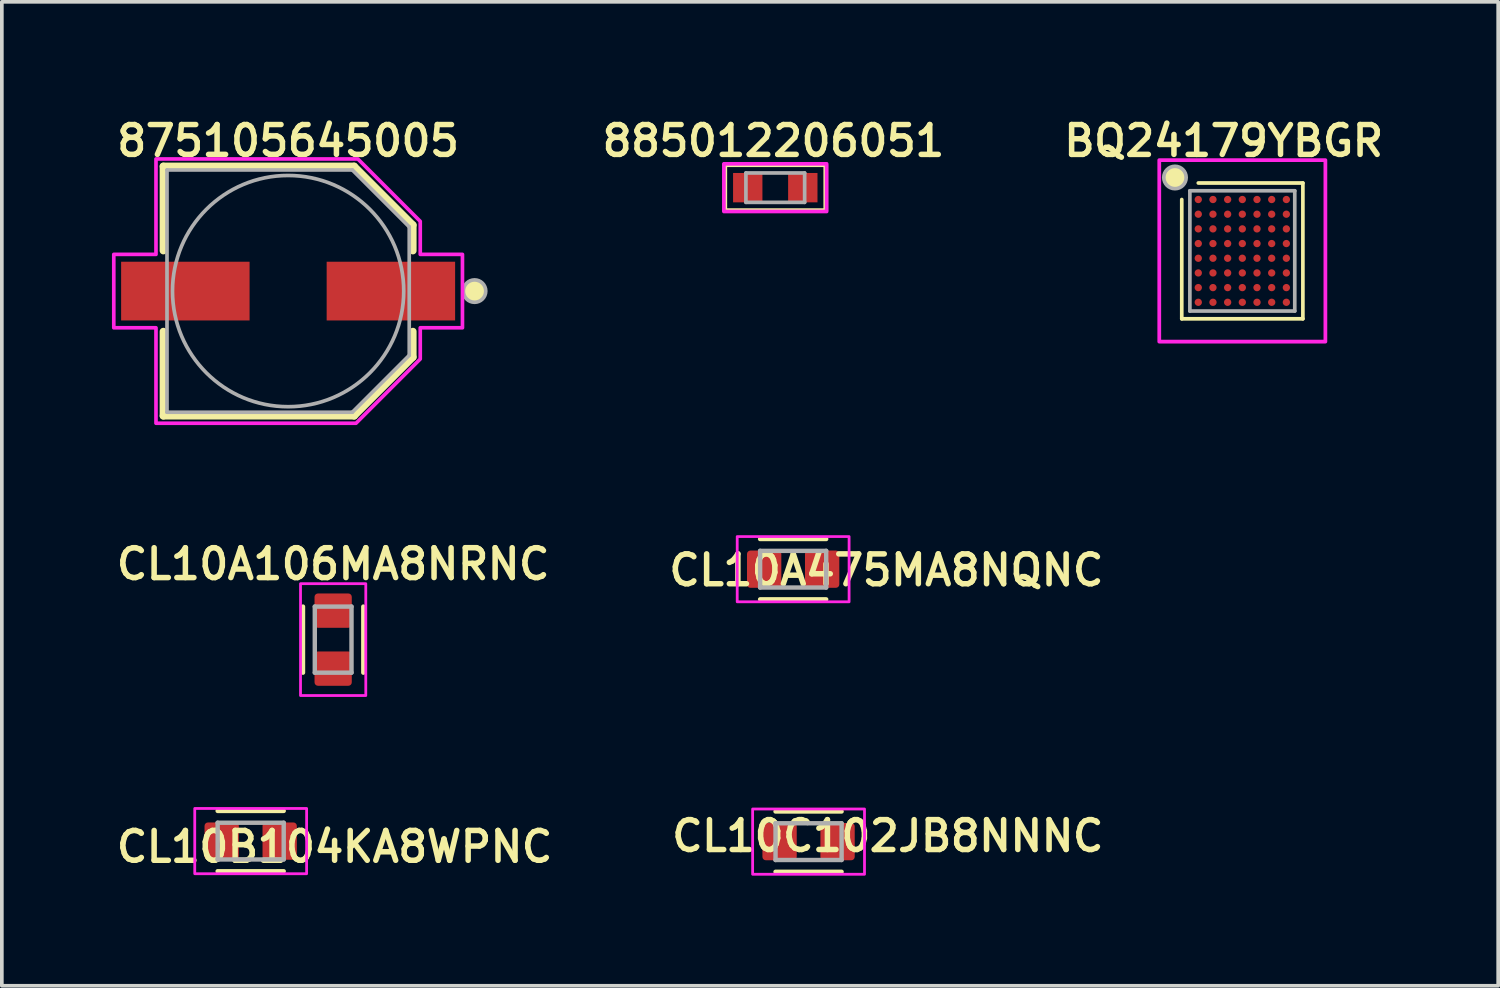
<source format=kicad_pcb>
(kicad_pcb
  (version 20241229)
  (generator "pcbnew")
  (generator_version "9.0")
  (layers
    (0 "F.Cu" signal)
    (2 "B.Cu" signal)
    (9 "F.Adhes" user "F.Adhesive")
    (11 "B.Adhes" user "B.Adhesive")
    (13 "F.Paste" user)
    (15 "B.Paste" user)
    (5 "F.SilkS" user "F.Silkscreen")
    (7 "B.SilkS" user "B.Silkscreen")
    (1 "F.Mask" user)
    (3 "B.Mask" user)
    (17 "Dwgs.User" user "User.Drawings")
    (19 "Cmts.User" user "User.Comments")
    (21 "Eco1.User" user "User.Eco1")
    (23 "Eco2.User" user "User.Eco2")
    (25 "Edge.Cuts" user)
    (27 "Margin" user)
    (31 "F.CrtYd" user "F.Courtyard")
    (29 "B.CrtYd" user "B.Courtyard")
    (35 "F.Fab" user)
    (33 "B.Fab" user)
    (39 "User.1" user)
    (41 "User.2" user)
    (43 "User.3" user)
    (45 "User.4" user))
  (footprint "CL10B104KA8WPNC"
    (layer "F.Cu")
    (at 3.78 19.866 180)
    (property "Reference" "CL10B104KA8WPNC" (at -2.286 0.321 180) (layer "F.SilkS") (effects (font (size 0.813 0.813) (thickness 0.15)) (justify top)))
    (fp_line (start 0.9 0.822) (end -0.9 0.822) (stroke (width 0.12) (type solid)) (layer "F.SilkS"))
    (fp_line (start 0.9 -0.822) (end -0.9 -0.822) (stroke (width 0.12) (type solid)) (layer "F.SilkS"))
    (fp_poly (pts (xy 1.524 0.889) (xy -1.524 0.889) (xy -1.524 -0.889) (xy 1.524 -0.889) (xy 1.524 0.889)) (stroke (width 0.076) (type solid)) (fill no) (layer "F.CrtYd"))
    (fp_line (start 0.9 0.5) (end -0.9 0.5) (stroke (width 0.12) (type solid)) (layer "F.Fab"))
    (fp_line (start 0.9 -0.5) (end 0.9 0.5) (stroke (width 0.12) (type solid)) (layer "F.Fab"))
    (fp_line (start -0.9 0.5) (end -0.9 -0.5) (stroke (width 0.12) (type solid)) (layer "F.Fab"))
    (fp_line (start -0.9 -0.5) (end 0.9 -0.5) (stroke (width 0.12) (type solid)) (layer "F.Fab"))
    (pad "1" smd roundrect (at -0.79 0 180) (size 0.935 1.015) (layers "F.Cu" "F.Mask" "F.Paste") (roundrect_rratio 0.1))
    (pad "2" smd roundrect (at 0.79 0 180) (size 0.935 1.015) (layers "F.Cu" "F.Mask" "F.Paste") (roundrect_rratio 0.1)))
  (footprint "875105645005"
    (layer "F.Cu")
    (at 4.8 4.881)
    (property "Reference" "875105645005" (at 0 -3.618 0) (layer "F.SilkS") (effects (font (size 0.813 0.813) (thickness 0.15)) (justify bottom)))
    (fp_line (start -3.4 -3.4) (end -3.4 -1.1) (stroke (width 0.2) (type solid)) (layer "F.SilkS"))
    (fp_line (start -3.4 -3.4) (end 1.8 -3.4) (stroke (width 0.2) (type solid)) (layer "F.SilkS"))
    (fp_line (start -3.4 3.4) (end -3.4 1.1) (stroke (width 0.2) (type solid)) (layer "F.SilkS"))
    (fp_line (start -3.4 3.4) (end 1.8 3.4) (stroke (width 0.2) (type solid)) (layer "F.SilkS"))
    (fp_line (start 1.8 -3.4) (end 3.4 -1.8) (stroke (width 0.2) (type solid)) (layer "F.SilkS"))
    (fp_line (start 1.8 3.4) (end 3.4 1.8) (stroke (width 0.2) (type solid)) (layer "F.SilkS"))
    (fp_line (start 3.4 -1.8) (end 3.4 -1.1) (stroke (width 0.2) (type solid)) (layer "F.SilkS"))
    (fp_line (start 3.4 1.8) (end 3.4 1.1) (stroke (width 0.2) (type solid)) (layer "F.SilkS"))
    (fp_circle (center 5.08 0) (end 5.385 0) (stroke (width 0) (type solid)) (fill yes) (layer "F.SilkS"))
    (fp_poly (pts (xy 1.9 -3.6) (xy -3.6 -3.6) (xy -3.6 -1) (xy -4.75 -1) (xy -4.75 1) (xy -3.6 1) (xy -3.6 3.6) (xy 1.85 3.6) (xy 3.6 1.85) (xy 3.6 1) (xy 4.75 1) (xy 4.75 -1) (xy 3.6 -1) (xy 3.6 -1.9) (xy 1.9 -3.6)) (stroke (width 0.1) (type solid)) (fill no) (layer "F.CrtYd"))
    (fp_line (start -3.3 -3.3) (end -3.3 3.3) (stroke (width 0.1) (type solid)) (layer "F.Fab"))
    (fp_line (start -3.3 3.3) (end 1.75 3.3) (stroke (width 0.1) (type solid)) (layer "F.Fab"))
    (fp_line (start 1.75 -3.3) (end -3.3 -3.3) (stroke (width 0.1) (type solid)) (layer "F.Fab"))
    (fp_line (start 1.75 3.3) (end 3.3 1.75) (stroke (width 0.1) (type solid)) (layer "F.Fab"))
    (fp_line (start 3.3 -1.75) (end 1.75 -3.3) (stroke (width 0.1) (type solid)) (layer "F.Fab"))
    (fp_line (start 3.3 1.75) (end 3.3 -1.75) (stroke (width 0.1) (type solid)) (layer "F.Fab"))
    (fp_circle (center 0 0) (end 3.15 0) (stroke (width 0.1) (type solid)) (fill no) (layer "F.Fab"))
    (fp_circle (center 5.08 0) (end 5.385 0) (stroke (width 0.1) (type solid)) (fill no) (layer "F.Fab"))
    (pad "1" smd rect (at 2.8 0) (size 3.5 1.6) (layers "F.Cu" "F.Mask" "F.Paste"))
    (pad "2" smd rect (at -2.8 0) (size 3.5 1.6) (layers "F.Cu" "F.Mask" "F.Paste")))
  (footprint "885012206051"
    (layer "F.Cu")
    (at 18.073 2.063)
    (property "Reference" "885012206051" (at -0.05 -0.8 0) (layer "F.SilkS") (effects (font (size 0.813 0.813) (thickness 0.15)) (justify bottom)))
    (fp_line (start -1.375 -0.625) (end 1.375 -0.625) (stroke (width 0.127) (type solid)) (layer "F.SilkS"))
    (fp_line (start -1.375 0.625) (end -1.375 -0.625) (stroke (width 0.127) (type solid)) (layer "F.SilkS"))
    (fp_line (start 1.375 -0.625) (end 1.375 0.625) (stroke (width 0.127) (type solid)) (layer "F.SilkS"))
    (fp_line (start 1.375 0.625) (end -1.375 0.625) (stroke (width 0.127) (type solid)) (layer "F.SilkS"))
    (fp_poly (pts (xy -1.4 -0.65) (xy 1.4 -0.65) (xy 1.4 0.65) (xy -1.4 0.65) (xy -1.4 -0.65)) (stroke (width 0.1) (type solid)) (fill no) (layer "F.CrtYd"))
    (fp_line (start -0.8 -0.4) (end -0.8 0.4) (stroke (width 0.1) (type solid)) (layer "F.Fab"))
    (fp_line (start -0.8 -0.4) (end 0.8 -0.4) (stroke (width 0.1) (type solid)) (layer "F.Fab"))
    (fp_line (start -0.8 0.4) (end 0.8 0.4) (stroke (width 0.1) (type solid)) (layer "F.Fab"))
    (fp_line (start 0.8 0.4) (end 0.8 -0.4) (stroke (width 0.1) (type solid)) (layer "F.Fab"))
    (pad "1" smd rect (at -0.75 0) (size 0.8 0.8) (layers "F.Cu" "F.Mask" "F.Paste"))
    (pad "2" smd rect (at 0.75 0) (size 0.8 0.8) (layers "F.Cu" "F.Mask" "F.Paste")))
  (footprint "CL10A475MA8NQNC"
    (layer "F.Cu")
    (at 18.56 12.458 180)
    (property "Reference" "CL10A475MA8NQNC" (at -2.54 0.448 180) (layer "F.SilkS") (effects (font (size 0.813 0.813) (thickness 0.15)) (justify top)))
    (fp_line (start 0.9 0.822) (end -0.9 0.822) (stroke (width 0.12) (type solid)) (layer "F.SilkS"))
    (fp_line (start 0.9 -0.822) (end -0.9 -0.822) (stroke (width 0.12) (type solid)) (layer "F.SilkS"))
    (fp_poly (pts (xy 1.524 0.889) (xy -1.524 0.889) (xy -1.524 -0.889) (xy 1.524 -0.889) (xy 1.524 0.889)) (stroke (width 0.076) (type solid)) (fill no) (layer "F.CrtYd"))
    (fp_line (start 0.9 0.5) (end -0.9 0.5) (stroke (width 0.12) (type solid)) (layer "F.Fab"))
    (fp_line (start 0.9 -0.5) (end 0.9 0.5) (stroke (width 0.12) (type solid)) (layer "F.Fab"))
    (fp_line (start -0.9 0.5) (end -0.9 -0.5) (stroke (width 0.12) (type solid)) (layer "F.Fab"))
    (fp_line (start -0.9 -0.5) (end 0.9 -0.5) (stroke (width 0.12) (type solid)) (layer "F.Fab"))
    (pad "1" smd roundrect (at -0.79 0 180) (size 0.935 1.015) (layers "F.Cu" "F.Mask" "F.Paste") (roundrect_rratio 0.1))
    (pad "2" smd roundrect (at 0.79 0 180) (size 0.935 1.015) (layers "F.Cu" "F.Mask" "F.Paste") (roundrect_rratio 0.1)))
  (footprint "CL10C102JB8NNNC"
    (layer "F.Cu")
    (at 18.98 19.881)
    (property "Reference" "CL10C102JB8NNNC" (at 2.159 0.321 0) (layer "F.SilkS") (effects (font (size 0.813 0.813) (thickness 0.15)) (justify bottom)))
    (fp_line (start 0.9 -0.822) (end -0.9 -0.822) (stroke (width 0.12) (type solid)) (layer "F.SilkS"))
    (fp_line (start 0.9 0.822) (end -0.9 0.822) (stroke (width 0.12) (type solid)) (layer "F.SilkS"))
    (fp_poly (pts (xy 1.524 0.889) (xy -1.524 0.889) (xy -1.524 -0.889) (xy 1.524 -0.889) (xy 1.524 0.889)) (stroke (width 0.076) (type solid)) (fill no) (layer "F.CrtYd"))
    (fp_line (start -0.9 -0.5) (end 0.9 -0.5) (stroke (width 0.12) (type solid)) (layer "F.Fab"))
    (fp_line (start -0.9 0.5) (end -0.9 -0.5) (stroke (width 0.12) (type solid)) (layer "F.Fab"))
    (fp_line (start 0.9 -0.5) (end 0.9 0.5) (stroke (width 0.12) (type solid)) (layer "F.Fab"))
    (fp_line (start 0.9 0.5) (end -0.9 0.5) (stroke (width 0.12) (type solid)) (layer "F.Fab"))
    (pad "1" smd roundrect (at -0.79 0) (size 0.935 1.015) (layers "F.Cu" "F.Mask" "F.Paste") (roundrect_rratio 0.1))
    (pad "2" smd roundrect (at 0.79 0) (size 0.935 1.015) (layers "F.Cu" "F.Mask" "F.Paste") (roundrect_rratio 0.1)))
  (footprint "CL10A106MA8NRNC"
    (layer "F.Cu")
    (at 6.027 14.377 90)
    (property "Reference" "CL10A106MA8NRNC" (at 1.584 0 0) (layer "F.SilkS") (effects (font (size 0.813 0.813) (thickness 0.15)) (justify bottom)))
    (fp_line (start 0.9 -0.822) (end -0.9 -0.822) (stroke (width 0.12) (type solid)) (layer "F.SilkS"))
    (fp_line (start 0.9 0.822) (end -0.9 0.822) (stroke (width 0.12) (type solid)) (layer "F.SilkS"))
    (fp_poly (pts (xy 1.524 0.889) (xy -1.524 0.889) (xy -1.524 -0.889) (xy 1.524 -0.889) (xy 1.524 0.889)) (stroke (width 0.076) (type solid)) (fill no) (layer "F.CrtYd"))
    (fp_line (start 0.9 -0.5) (end 0.9 0.5) (stroke (width 0.12) (type solid)) (layer "F.Fab"))
    (fp_line (start -0.9 -0.5) (end 0.9 -0.5) (stroke (width 0.12) (type solid)) (layer "F.Fab"))
    (fp_line (start 0.9 0.5) (end -0.9 0.5) (stroke (width 0.12) (type solid)) (layer "F.Fab"))
    (fp_line (start -0.9 0.5) (end -0.9 -0.5) (stroke (width 0.12) (type solid)) (layer "F.Fab"))
    (pad "1" smd roundrect (at -0.79 0 90) (size 0.935 1.015) (layers "F.Cu" "F.Mask" "F.Paste") (roundrect_rratio 0.1))
    (pad "2" smd roundrect (at 0.79 0 90) (size 0.935 1.015) (layers "F.Cu" "F.Mask" "F.Paste") (roundrect_rratio 0.1)))
  (footprint "BQ24179YBGR"
    (layer "F.Cu")
    (at 30.798 3.786)
    (property "Reference" "BQ24179YBGR" (at -0.508 -2.523 0) (layer "F.SilkS") (effects (font (size 0.813 0.813) (thickness 0.15)) (justify bottom)))
    (fp_line (start -1.65 1.85) (end -1.65 -1.4) (stroke (width 0.1) (type solid)) (layer "F.SilkS"))
    (fp_line (start -1.2 -1.85) (end 1.65 -1.85) (stroke (width 0.1) (type solid)) (layer "F.SilkS"))
    (fp_line (start 1.65 -1.85) (end 1.65 1.85) (stroke (width 0.1) (type solid)) (layer "F.SilkS"))
    (fp_line (start 1.65 1.85) (end -1.65 1.85) (stroke (width 0.1) (type solid)) (layer "F.SilkS"))
    (fp_circle (center -1.835 -2) (end -1.53 -2) (stroke (width 0) (type solid)) (fill yes) (layer "F.SilkS"))
    (fp_poly (pts (xy -2.263 2.472) (xy 2.263 2.472) (xy 2.263 -2.473) (xy -2.263 -2.473) (xy -2.263 2.472)) (stroke (width 0.102) (type solid)) (fill no) (layer "F.CrtYd"))
    (fp_line (start -1.429 -1.638) (end 1.429 -1.638) (stroke (width 0.1) (type solid)) (layer "F.Fab"))
    (fp_line (start -1.429 1.639) (end -1.429 -1.638) (stroke (width 0.1) (type solid)) (layer "F.Fab"))
    (fp_line (start 1.429 -1.638) (end 1.429 1.639) (stroke (width 0.1) (type solid)) (layer "F.Fab"))
    (fp_line (start 1.429 1.639) (end -1.429 1.639) (stroke (width 0.1) (type solid)) (layer "F.Fab"))
    (fp_circle (center -1.835 -2) (end -1.53 -2) (stroke (width 0.1) (type solid)) (fill no) (layer "F.Fab"))
    (pad "A1" smd roundrect (at -1.2 -1.4) (size 0.2 0.2) (layers "F.Cu" "F.Mask" "F.Paste") (roundrect_rratio 0.5))
    (pad "A2" smd roundrect (at -0.8 -1.4) (size 0.2 0.2) (layers "F.Cu" "F.Mask" "F.Paste") (roundrect_rratio 0.5))
    (pad "A3" smd roundrect (at -0.4 -1.4) (size 0.2 0.2) (layers "F.Cu" "F.Mask" "F.Paste") (roundrect_rratio 0.5))
    (pad "A4" smd roundrect (at 0 -1.4) (size 0.2 0.2) (layers "F.Cu" "F.Mask" "F.Paste") (roundrect_rratio 0.5))
    (pad "A5" smd roundrect (at 0.4 -1.4) (size 0.2 0.2) (layers "F.Cu" "F.Mask" "F.Paste") (roundrect_rratio 0.5))
    (pad "A6" smd roundrect (at 0.8 -1.4) (size 0.2 0.2) (layers "F.Cu" "F.Mask" "F.Paste") (roundrect_rratio 0.5))
    (pad "A7" smd roundrect (at 1.2 -1.4) (size 0.2 0.2) (layers "F.Cu" "F.Mask" "F.Paste") (roundrect_rratio 0.5))
    (pad "B1" smd roundrect (at -1.2 -1) (size 0.2 0.2) (layers "F.Cu" "F.Mask" "F.Paste") (roundrect_rratio 0.5))
    (pad "B2" smd roundrect (at -0.8 -1) (size 0.2 0.2) (layers "F.Cu" "F.Mask" "F.Paste") (roundrect_rratio 0.5))
    (pad "B3" smd roundrect (at -0.4 -1) (size 0.2 0.2) (layers "F.Cu" "F.Mask" "F.Paste") (roundrect_rratio 0.5))
    (pad "B4" smd roundrect (at 0 -1) (size 0.2 0.2) (layers "F.Cu" "F.Mask" "F.Paste") (roundrect_rratio 0.5))
    (pad "B5" smd roundrect (at 0.4 -1) (size 0.2 0.2) (layers "F.Cu" "F.Mask" "F.Paste") (roundrect_rratio 0.5))
    (pad "B6" smd roundrect (at 0.8 -1) (size 0.2 0.2) (layers "F.Cu" "F.Mask" "F.Paste") (roundrect_rratio 0.5))
    (pad "B7" smd roundrect (at 1.2 -1) (size 0.2 0.2) (layers "F.Cu" "F.Mask" "F.Paste") (roundrect_rratio 0.5))
    (pad "C1" smd roundrect (at -1.2 -0.6) (size 0.2 0.2) (layers "F.Cu" "F.Mask" "F.Paste") (roundrect_rratio 0.5))
    (pad "C2" smd roundrect (at -0.8 -0.6) (size 0.2 0.2) (layers "F.Cu" "F.Mask" "F.Paste") (roundrect_rratio 0.5))
    (pad "C3" smd roundrect (at -0.4 -0.6) (size 0.2 0.2) (layers "F.Cu" "F.Mask" "F.Paste") (roundrect_rratio 0.5))
    (pad "C4" smd roundrect (at 0 -0.6) (size 0.2 0.2) (layers "F.Cu" "F.Mask" "F.Paste") (roundrect_rratio 0.5))
    (pad "C5" smd roundrect (at 0.4 -0.6) (size 0.2 0.2) (layers "F.Cu" "F.Mask" "F.Paste") (roundrect_rratio 0.5))
    (pad "C6" smd roundrect (at 0.8 -0.6) (size 0.2 0.2) (layers "F.Cu" "F.Mask" "F.Paste") (roundrect_rratio 0.5))
    (pad "C7" smd roundrect (at 1.2 -0.6) (size 0.2 0.2) (layers "F.Cu" "F.Mask" "F.Paste") (roundrect_rratio 0.5))
    (pad "D1" smd roundrect (at -1.2 -0.2) (size 0.2 0.2) (layers "F.Cu" "F.Mask" "F.Paste") (roundrect_rratio 0.5))
    (pad "D2" smd roundrect (at -0.8 -0.2) (size 0.2 0.2) (layers "F.Cu" "F.Mask" "F.Paste") (roundrect_rratio 0.5))
    (pad "D3" smd roundrect (at -0.4 -0.2) (size 0.2 0.2) (layers "F.Cu" "F.Mask" "F.Paste") (roundrect_rratio 0.5))
    (pad "D4" smd roundrect (at 0 -0.2) (size 0.2 0.2) (layers "F.Cu" "F.Mask" "F.Paste") (roundrect_rratio 0.5))
    (pad "D5" smd roundrect (at 0.4 -0.2) (size 0.2 0.2) (layers "F.Cu" "F.Mask" "F.Paste") (roundrect_rratio 0.5))
    (pad "D6" smd roundrect (at 0.8 -0.2) (size 0.2 0.2) (layers "F.Cu" "F.Mask" "F.Paste") (roundrect_rratio 0.5))
    (pad "D7" smd roundrect (at 1.2 -0.2) (size 0.2 0.2) (layers "F.Cu" "F.Mask" "F.Paste") (roundrect_rratio 0.5))
    (pad "E1" smd roundrect (at -1.2 0.2) (size 0.2 0.2) (layers "F.Cu" "F.Mask" "F.Paste") (roundrect_rratio 0.5))
    (pad "E2" smd roundrect (at -0.8 0.2) (size 0.2 0.2) (layers "F.Cu" "F.Mask" "F.Paste") (roundrect_rratio 0.5))
    (pad "E3" smd roundrect (at -0.4 0.2) (size 0.2 0.2) (layers "F.Cu" "F.Mask" "F.Paste") (roundrect_rratio 0.5))
    (pad "E4" smd roundrect (at 0 0.2) (size 0.2 0.2) (layers "F.Cu" "F.Mask" "F.Paste") (roundrect_rratio 0.5))
    (pad "E5" smd roundrect (at 0.4 0.2) (size 0.2 0.2) (layers "F.Cu" "F.Mask" "F.Paste") (roundrect_rratio 0.5))
    (pad "E6" smd roundrect (at 0.8 0.2) (size 0.2 0.2) (layers "F.Cu" "F.Mask" "F.Paste") (roundrect_rratio 0.5))
    (pad "E7" smd roundrect (at 1.2 0.2) (size 0.2 0.2) (layers "F.Cu" "F.Mask" "F.Paste") (roundrect_rratio 0.5))
    (pad "F1" smd roundrect (at -1.2 0.6) (size 0.2 0.2) (layers "F.Cu" "F.Mask" "F.Paste") (roundrect_rratio 0.5))
    (pad "F2" smd roundrect (at -0.8 0.6) (size 0.2 0.2) (layers "F.Cu" "F.Mask" "F.Paste") (roundrect_rratio 0.5))
    (pad "F3" smd roundrect (at -0.4 0.6) (size 0.2 0.2) (layers "F.Cu" "F.Mask" "F.Paste") (roundrect_rratio 0.5))
    (pad "F4" smd roundrect (at 0 0.6) (size 0.2 0.2) (layers "F.Cu" "F.Mask" "F.Paste") (roundrect_rratio 0.5))
    (pad "F5" smd roundrect (at 0.4 0.6) (size 0.2 0.2) (layers "F.Cu" "F.Mask" "F.Paste") (roundrect_rratio 0.5))
    (pad "F6" smd roundrect (at 0.8 0.6) (size 0.2 0.2) (layers "F.Cu" "F.Mask" "F.Paste") (roundrect_rratio 0.5))
    (pad "F7" smd roundrect (at 1.2 0.6) (size 0.2 0.2) (layers "F.Cu" "F.Mask" "F.Paste") (roundrect_rratio 0.5))
    (pad "G1" smd roundrect (at -1.2 1) (size 0.2 0.2) (layers "F.Cu" "F.Mask" "F.Paste") (roundrect_rratio 0.5))
    (pad "G2" smd roundrect (at -0.8 1) (size 0.2 0.2) (layers "F.Cu" "F.Mask" "F.Paste") (roundrect_rratio 0.5))
    (pad "G3" smd roundrect (at -0.4 1) (size 0.2 0.2) (layers "F.Cu" "F.Mask" "F.Paste") (roundrect_rratio 0.5))
    (pad "G4" smd roundrect (at 0 1) (size 0.2 0.2) (layers "F.Cu" "F.Mask" "F.Paste") (roundrect_rratio 0.5))
    (pad "G5" smd roundrect (at 0.4 1) (size 0.2 0.2) (layers "F.Cu" "F.Mask" "F.Paste") (roundrect_rratio 0.5))
    (pad "G6" smd roundrect (at 0.8 1) (size 0.2 0.2) (layers "F.Cu" "F.Mask" "F.Paste") (roundrect_rratio 0.5))
    (pad "G7" smd roundrect (at 1.2 1) (size 0.2 0.2) (layers "F.Cu" "F.Mask" "F.Paste") (roundrect_rratio 0.5))
    (pad "H1" smd roundrect (at -1.2 1.4) (size 0.2 0.2) (layers "F.Cu" "F.Mask" "F.Paste") (roundrect_rratio 0.5))
    (pad "H2" smd roundrect (at -0.8 1.4) (size 0.2 0.2) (layers "F.Cu" "F.Mask" "F.Paste") (roundrect_rratio 0.5))
    (pad "H3" smd roundrect (at -0.4 1.4) (size 0.2 0.2) (layers "F.Cu" "F.Mask" "F.Paste") (roundrect_rratio 0.5))
    (pad "H4" smd roundrect (at 0 1.4) (size 0.2 0.2) (layers "F.Cu" "F.Mask" "F.Paste") (roundrect_rratio 0.5))
    (pad "H5" smd roundrect (at 0.4 1.4) (size 0.2 0.2) (layers "F.Cu" "F.Mask" "F.Paste") (roundrect_rratio 0.5))
    (pad "H6" smd roundrect (at 0.8 1.4) (size 0.2 0.2) (layers "F.Cu" "F.Mask" "F.Paste") (roundrect_rratio 0.5))
    (pad "H7" smd roundrect (at 1.2 1.4) (size 0.2 0.2) (layers "F.Cu" "F.Mask" "F.Paste") (roundrect_rratio 0.5)))
  (gr_rect
    (start -3 -3)
    (end 37.769 23.808)
    (stroke (width 0.1) (type default))
    (fill no)
    (layer "Edge.Cuts")))
</source>
